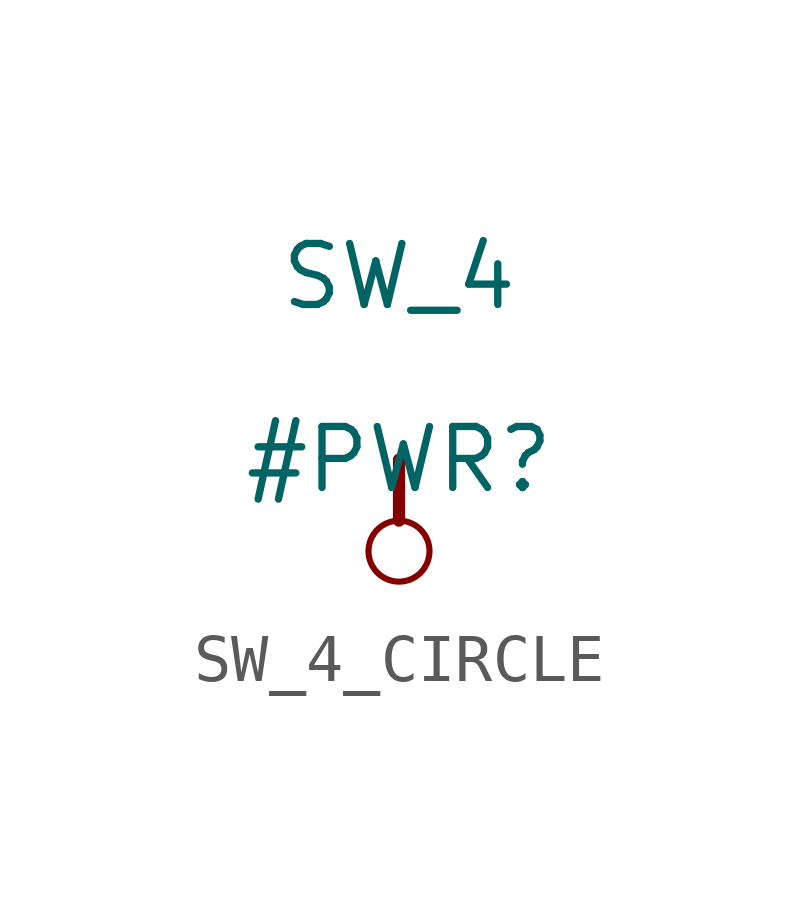
<source format=kicad_sym>
(kicad_symbol_lib
  (version 20231120)
  (generator "kicad_symbol_editor")
  (generator_version "8.0")
  (symbol "SW_4_CIRCLE"
    (power)
    (property "Reference" "#PWR"
      (at 0 0 0)
      (effects (font (size 1.27 1.27))))
    (property "Value" "SW_4"
      (at 0 3.81 0)
      (effects (font (size 1.27 1.27))))
    (symbol "SW_4_CIRCLE_0_0"
      (circle (center 0 -1.905) (radius 0.635) (stroke (width 0.127) (type solid)) (fill (type none)))
      (polyline (pts (xy 0 0) (xy 0 -1.27)) (stroke (width 0.254) (type solid)) (fill (type none)))
      (pin power_in line (at 0 0 0) (length 0) hide (name "SW_4" (effects (font (size 1.27 1.27)))) (number "" (effects (font (size 1.27 1.27))))))))
</source>
